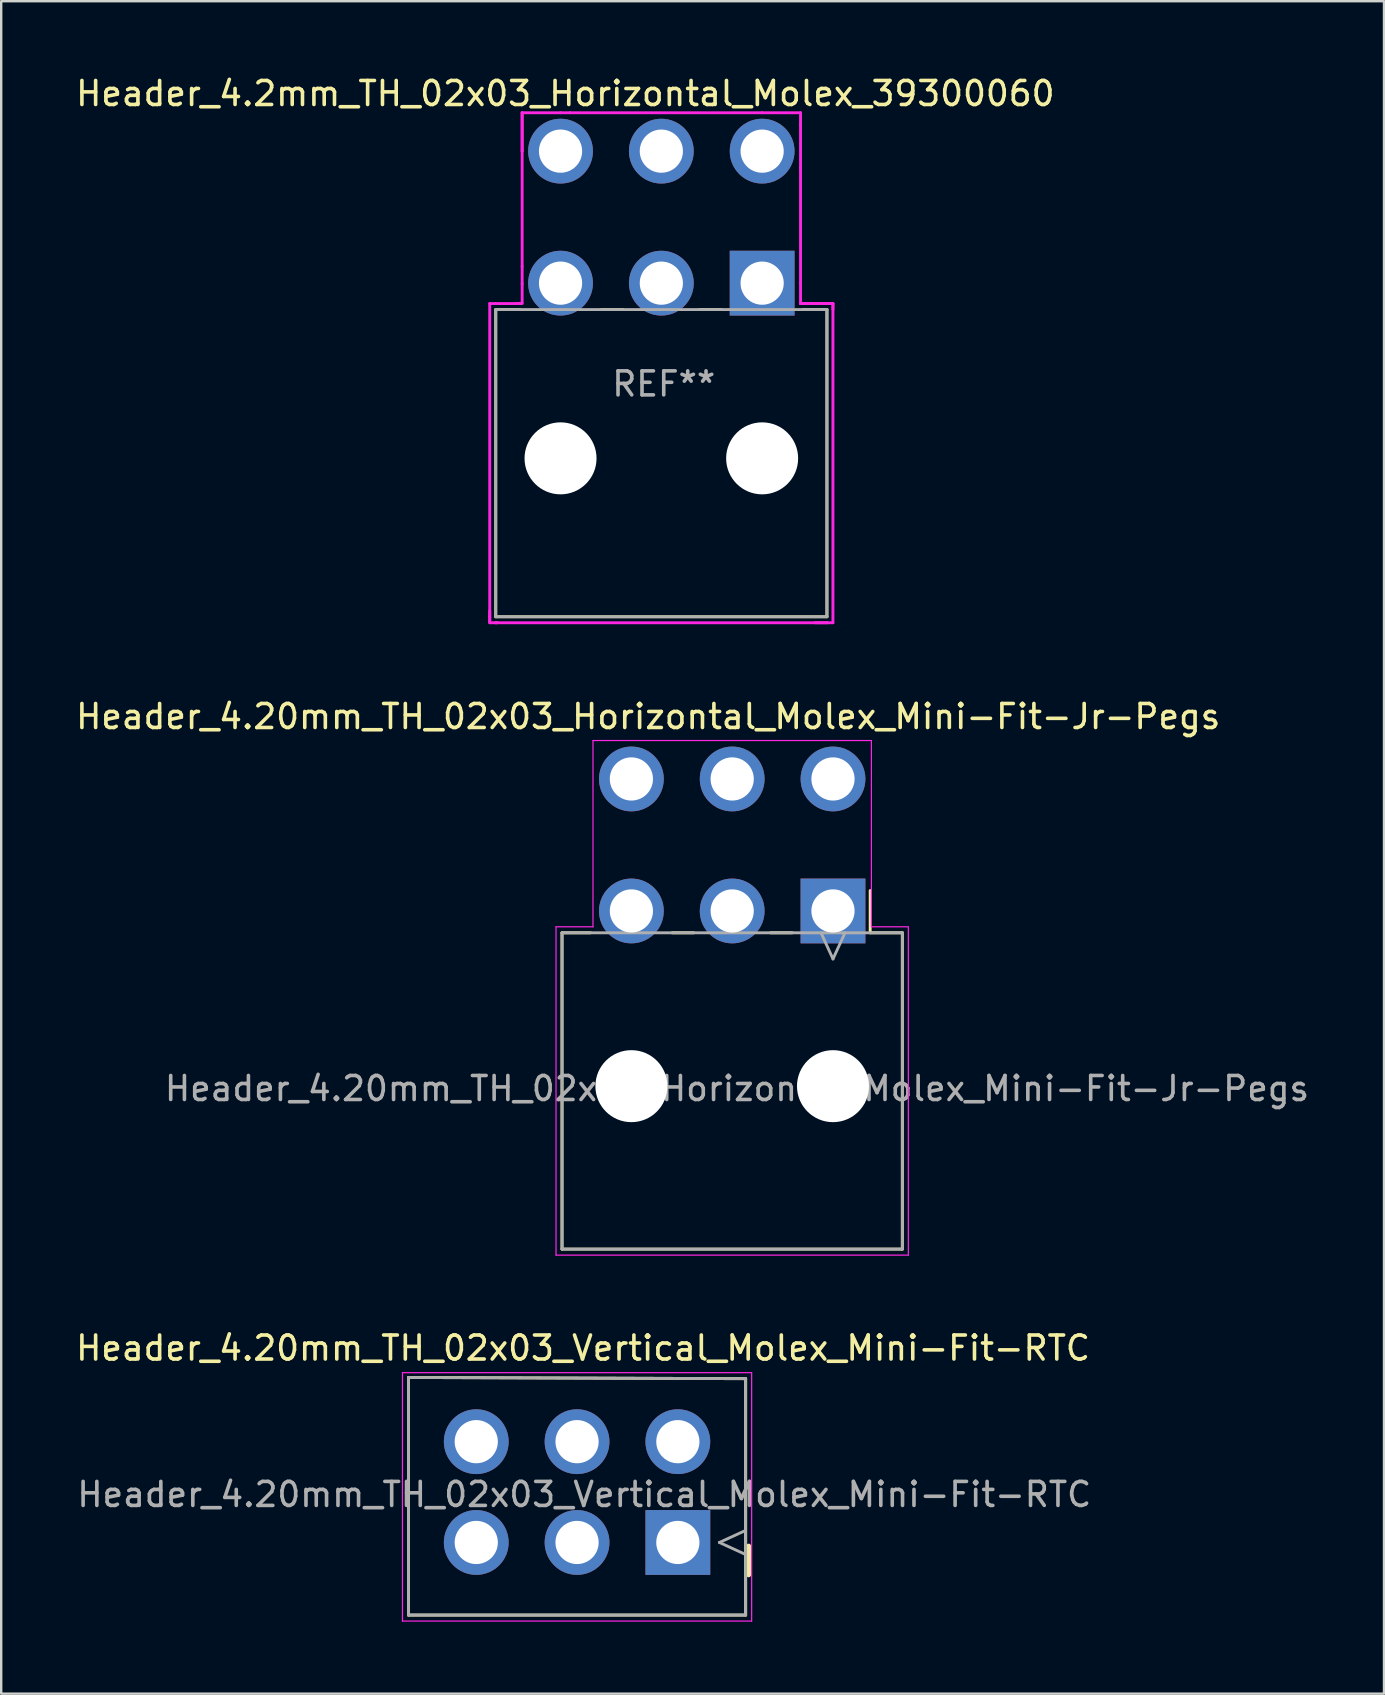
<source format=kicad_pcb>
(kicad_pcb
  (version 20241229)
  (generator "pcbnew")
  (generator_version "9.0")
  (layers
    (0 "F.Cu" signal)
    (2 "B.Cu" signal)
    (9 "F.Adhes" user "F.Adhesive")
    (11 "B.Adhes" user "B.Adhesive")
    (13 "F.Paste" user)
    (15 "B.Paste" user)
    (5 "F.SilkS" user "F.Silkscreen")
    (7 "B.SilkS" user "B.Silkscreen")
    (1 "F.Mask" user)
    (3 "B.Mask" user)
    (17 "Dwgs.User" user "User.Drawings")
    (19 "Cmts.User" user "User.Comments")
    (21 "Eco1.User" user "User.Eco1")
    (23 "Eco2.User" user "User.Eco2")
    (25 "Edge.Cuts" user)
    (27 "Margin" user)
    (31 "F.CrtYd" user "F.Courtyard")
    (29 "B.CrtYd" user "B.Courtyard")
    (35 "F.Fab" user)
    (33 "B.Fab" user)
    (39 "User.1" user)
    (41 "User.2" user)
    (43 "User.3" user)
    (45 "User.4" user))
  (footprint "Header_4.20mm_TH_02x03_Vertical_Molex_Mini-Fit-RTC"
    (layer "F.Cu")
    (at 25.194 61.22)
    (property "Reference" "Header_4.20mm_TH_02x03_Vertical_Molex_Mini-Fit-RTC" (at -3.95 -8.1 0) (layer "F.SilkS") (effects (font (size 1 1) (thickness 0.15))))
    (attr through_hole)
    (fp_line (start -11.225 -6.875) (end -11.225 3.025) (stroke (width 0.12) (type solid)) (layer "F.SilkS"))
    (fp_line (start -11.225 3.025) (end 2.825 3.025) (stroke (width 0.12) (type solid)) (layer "F.SilkS"))
    (fp_line (start 2.825 -6.825) (end -11.225 -6.875) (stroke (width 0.12) (type solid)) (layer "F.SilkS"))
    (fp_line (start 2.825 3.025) (end 2.825 -6.825) (stroke (width 0.12) (type solid)) (layer "F.SilkS"))
    (fp_line (start 2.95 0.15) (end 2.95 1.35) (stroke (width 0.2) (type solid)) (layer "F.SilkS"))
    (fp_line (start -11.475 -7.075) (end -11.475 3.275) (stroke (width 0.05) (type solid)) (layer "F.CrtYd"))
    (fp_line (start -11.475 3.275) (end 3.075 3.275) (stroke (width 0.05) (type solid)) (layer "F.CrtYd"))
    (fp_line (start 3.075 -7.075) (end -11.475 -7.075) (stroke (width 0.05) (type solid)) (layer "F.CrtYd"))
    (fp_line (start 3.075 3.275) (end 3.075 -7.075) (stroke (width 0.05) (type solid)) (layer "F.CrtYd"))
    (fp_line (start -11.225 -6.875) (end -11.225 3.025) (stroke (width 0.12) (type solid)) (layer "F.Fab"))
    (fp_line (start -11.225 3.025) (end 2.825 3.025) (stroke (width 0.12) (type solid)) (layer "F.Fab"))
    (fp_line (start 1.73 0) (end 2.82 0.5) (stroke (width 0.12) (type solid)) (layer "F.Fab"))
    (fp_line (start 2.82 -0.5) (end 1.73 0) (stroke (width 0.12) (type solid)) (layer "F.Fab"))
    (fp_line (start 2.825 -6.825) (end -11.225 -6.875) (stroke (width 0.12) (type solid)) (layer "F.Fab"))
    (fp_line (start 2.825 3.025) (end 2.825 -6.825) (stroke (width 0.12) (type solid)) (layer "F.Fab"))
    (fp_text user "${REFERENCE}" (at -3.9 -2 0) (layer "F.Fab") (effects (font (size 1 1) (thickness 0.15))))
    (pad "1" thru_hole rect (at 0 0) (size 2.7 2.7) (drill 1.8) (layers "*.Cu" "*.Mask"))
    (pad "2" thru_hole circle (at -4.2 0) (size 2.7 2.7) (drill 1.8) (layers "*.Cu" "*.Mask"))
    (pad "3" thru_hole circle (at -8.4 0) (size 2.7 2.7) (drill 1.8) (layers "*.Cu" "*.Mask"))
    (pad "4" thru_hole circle (at 0 -4.2) (size 2.7 2.7) (drill 1.8) (layers "*.Cu" "*.Mask"))
    (pad "5" thru_hole circle (at -4.2 -4.2) (size 2.7 2.7) (drill 1.8) (layers "*.Cu" "*.Mask"))
    (pad "6" thru_hole circle (at -8.4 -4.2) (size 2.7 2.7) (drill 1.8) (layers "*.Cu" "*.Mask")))
  (footprint "Header_4.20mm_TH_02x03_Horizontal_Molex_Mini-Fit-Jr-Pegs"
    (layer "F.Cu")
    (at 31.658 34.907)
    (property "Reference" "Header_4.20mm_TH_02x03_Horizontal_Molex_Mini-Fit-Jr-Pegs" (at -7.7 -8.1 0) (layer "F.SilkS") (effects (font (size 1 1) (thickness 0.15))))
    (attr through_hole)
    (fp_line (start -11.29 14.09) (end -11.29 0.91) (stroke (width 0.12) (type solid)) (layer "F.SilkS"))
    (fp_line (start -10.1 0.91) (end -11.29 0.91) (stroke (width 0.12) (type solid)) (layer "F.SilkS"))
    (fp_line (start -5.8 0.91) (end -6.7 0.91) (stroke (width 0.12) (type solid)) (layer "F.SilkS"))
    (fp_line (start -1.7 0.91) (end -2.6 0.91) (stroke (width 0.12) (type solid)) (layer "F.SilkS"))
    (fp_line (start 1.55 0.91) (end 1.55 -0.85) (stroke (width 0.12) (type solid)) (layer "F.SilkS"))
    (fp_line (start 2.89 0.91) (end 1.55 0.91) (stroke (width 0.12) (type solid)) (layer "F.SilkS"))
    (fp_line (start 2.89 0.91) (end 2.89 14.09) (stroke (width 0.12) (type solid)) (layer "F.SilkS"))
    (fp_line (start 2.89 14.09) (end -11.29 14.09) (stroke (width 0.12) (type solid)) (layer "F.SilkS"))
    (fp_line (start -11.54 0.66) (end -11.54 14.34) (stroke (width 0.05) (type solid)) (layer "F.CrtYd"))
    (fp_line (start -11.54 0.66) (end -10 0.66) (stroke (width 0.05) (type solid)) (layer "F.CrtYd"))
    (fp_line (start -10 -7.1) (end -10 0.66) (stroke (width 0.05) (type solid)) (layer "F.CrtYd"))
    (fp_line (start 1.6 -7.1) (end -10 -7.1) (stroke (width 0.05) (type solid)) (layer "F.CrtYd"))
    (fp_line (start 1.6 0.66) (end 1.6 -7.1) (stroke (width 0.05) (type solid)) (layer "F.CrtYd"))
    (fp_line (start 3.14 0.66) (end 1.6 0.66) (stroke (width 0.05) (type solid)) (layer "F.CrtYd"))
    (fp_line (start 3.14 14.34) (end -11.54 14.34) (stroke (width 0.05) (type solid)) (layer "F.CrtYd"))
    (fp_line (start 3.14 14.34) (end 3.14 0.66) (stroke (width 0.05) (type solid)) (layer "F.CrtYd"))
    (fp_line (start -11.29 0.91) (end 2.89 0.91) (stroke (width 0.12) (type solid)) (layer "F.Fab"))
    (fp_line (start -11.29 14.09) (end -11.29 0.91) (stroke (width 0.12) (type solid)) (layer "F.Fab"))
    (fp_line (start -0.5 0.91) (end 0 2) (stroke (width 0.12) (type solid)) (layer "F.Fab"))
    (fp_line (start 0 2) (end 0.5 0.91) (stroke (width 0.12) (type solid)) (layer "F.Fab"))
    (fp_line (start 2.89 0.91) (end 2.89 14.09) (stroke (width 0.12) (type solid)) (layer "F.Fab"))
    (fp_line (start 2.89 14.09) (end -11.29 14.09) (stroke (width 0.12) (type solid)) (layer "F.Fab"))
    (fp_text user "${REFERENCE}" (at -4 7.4 0) (layer "F.Fab") (effects (font (size 1 1) (thickness 0.15))))
    (pad "" np_thru_hole circle (at -8.4 7.3) (size 3 3) (drill 3) (layers "*.Cu" "*.Mask"))
    (pad "" np_thru_hole circle (at 0 7.3) (size 3 3) (drill 3) (layers "*.Cu" "*.Mask"))
    (pad "1" thru_hole rect (at 0 0) (size 2.7 2.7) (drill 1.8) (layers "*.Cu" "*.Mask"))
    (pad "2" thru_hole circle (at -4.2 0) (size 2.7 2.7) (drill 1.8) (layers "*.Cu" "*.Mask"))
    (pad "3" thru_hole circle (at -8.4 0) (size 2.7 2.7) (drill 1.8) (layers "*.Cu" "*.Mask"))
    (pad "4" thru_hole circle (at 0 -5.5) (size 2.7 2.7) (drill 1.8) (layers "*.Cu" "*.Mask"))
    (pad "5" thru_hole circle (at -4.2 -5.5) (size 2.7 2.7) (drill 1.8) (layers "*.Cu" "*.Mask"))
    (pad "6" thru_hole circle (at -8.4 -5.5) (size 2.7 2.7) (drill 1.8) (layers "*.Cu" "*.Mask")))
  (footprint "Header_4.2mm_TH_02x03_Horizontal_Molex_39300060"
    (layer "F.Cu")
    (at 28.706 8.748)
    (property "Reference" "Header_4.2mm_TH_02x03_Horizontal_Molex_39300060" (at -8.2 -7.9 0) (layer "F.SilkS") (effects (font (size 1 1) (thickness 0.15))))
    (attr through_hole)
    (fp_line (start -11.1 13.9) (end -11.1 1.1) (stroke (width 0.12) (type solid)) (layer "F.SilkS"))
    (fp_line (start -10.1 1.1) (end -11.1 1.1) (stroke (width 0.12) (type solid)) (layer "F.SilkS"))
    (fp_line (start -5.8 1.1) (end -6.7 1.1) (stroke (width 0.12) (type solid)) (layer "F.SilkS"))
    (fp_line (start -1.7 1.1) (end -2.6 1.1) (stroke (width 0.12) (type solid)) (layer "F.SilkS"))
    (fp_line (start 2.7 1.1) (end 1.7 1.1) (stroke (width 0.12) (type solid)) (layer "F.SilkS"))
    (fp_line (start 2.7 1.1) (end 2.7 13.9) (stroke (width 0.12) (type solid)) (layer "F.SilkS"))
    (fp_line (start 2.7 13.9) (end -11.1 13.9) (stroke (width 0.12) (type solid)) (layer "F.SilkS"))
    (fp_line (start -11.35 0.85) (end -11.35 14.1) (stroke (width 0.12) (type solid)) (layer "F.CrtYd"))
    (fp_line (start -11.35 13.65) (end -11.35 13.9) (stroke (width 0.12) (type solid)) (layer "F.CrtYd"))
    (fp_line (start -11.35 13.9) (end -11.35 14.15) (stroke (width 0.12) (type solid)) (layer "F.CrtYd"))
    (fp_line (start -11.1 0.85) (end -11.35 0.85) (stroke (width 0.12) (type solid)) (layer "F.CrtYd"))
    (fp_line (start -11.1 0.85) (end -10.1 0.85) (stroke (width 0.12) (type solid)) (layer "F.CrtYd"))
    (fp_line (start -11.1 14.15) (end -11.35 14.15) (stroke (width 0.12) (type solid)) (layer "F.CrtYd"))
    (fp_line (start -11.1 14.15) (end -11.05 14.15) (stroke (width 0.12) (type solid)) (layer "F.CrtYd"))
    (fp_line (start -11.05 14.15) (end -11.1 14.15) (stroke (width 0.12) (type solid)) (layer "F.CrtYd"))
    (fp_line (start -10.25 0.85) (end -10 0.85) (stroke (width 0.12) (type solid)) (layer "F.CrtYd"))
    (fp_line (start -10 -7.1) (end -10 -5.5) (stroke (width 0.12) (type solid)) (layer "F.CrtYd"))
    (fp_line (start -10 -5.5) (end -10 -7.1) (stroke (width 0.12) (type solid)) (layer "F.CrtYd"))
    (fp_line (start -10 -5.5) (end -10 -0.7) (stroke (width 0.12) (type solid)) (layer "F.CrtYd"))
    (fp_line (start -10 0.025) (end -10 -0.7) (stroke (width 0.12) (type solid)) (layer "F.CrtYd"))
    (fp_line (start -10 0.025) (end -10 0.825) (stroke (width 0.12) (type solid)) (layer "F.CrtYd"))
    (fp_line (start -8.4 -7.1) (end -10 -7.1) (stroke (width 0.12) (type solid)) (layer "F.CrtYd"))
    (fp_line (start -8 -7.1) (end -8.4 -7.1) (stroke (width 0.12) (type solid)) (layer "F.CrtYd"))
    (fp_line (start 0 -7.1) (end -8 -7.1) (stroke (width 0.12) (type solid)) (layer "F.CrtYd"))
    (fp_line (start 0 -7.1) (end 1.6 -7.1) (stroke (width 0.12) (type solid)) (layer "F.CrtYd"))
    (fp_line (start 1.6 -7.1) (end 1.6 -6.6) (stroke (width 0.12) (type solid)) (layer "F.CrtYd"))
    (fp_line (start 1.6 -4.8) (end 1.6 -6.6) (stroke (width 0.12) (type solid)) (layer "F.CrtYd"))
    (fp_line (start 1.6 0) (end 1.6 -4.8) (stroke (width 0.12) (type solid)) (layer "F.CrtYd"))
    (fp_line (start 1.6 0.85) (end 1.6 0) (stroke (width 0.12) (type solid)) (layer "F.CrtYd"))
    (fp_line (start 1.6 0.85) (end 1.7 0.85) (stroke (width 0.12) (type solid)) (layer "F.CrtYd"))
    (fp_line (start 2.2 0.85) (end 1.6 0.85) (stroke (width 0.12) (type solid)) (layer "F.CrtYd"))
    (fp_line (start 2.7 14.15) (end -11.05 14.15) (stroke (width 0.12) (type solid)) (layer "F.CrtYd"))
    (fp_line (start 2.7 14.15) (end 2.2 14.15) (stroke (width 0.12) (type solid)) (layer "F.CrtYd"))
    (fp_line (start 2.95 0.85) (end 1.6 0.85) (stroke (width 0.12) (type solid)) (layer "F.CrtYd"))
    (fp_line (start 2.95 0.85) (end 2.2 0.85) (stroke (width 0.12) (type solid)) (layer "F.CrtYd"))
    (fp_line (start 2.95 1.1) (end 2.95 0.85) (stroke (width 0.12) (type solid)) (layer "F.CrtYd"))
    (fp_line (start 2.95 14.15) (end 2.7 14.15) (stroke (width 0.12) (type solid)) (layer "F.CrtYd"))
    (fp_line (start 2.95 14.15) (end 2.95 0.9) (stroke (width 0.12) (type solid)) (layer "F.CrtYd"))
    (fp_line (start -11.1 1.1) (end 2.7 1.1) (stroke (width 0.12) (type solid)) (layer "F.Fab"))
    (fp_line (start -11.1 13.9) (end -11.1 1.1) (stroke (width 0.12) (type solid)) (layer "F.Fab"))
    (fp_line (start 2.7 1.1) (end 2.7 13.9) (stroke (width 0.12) (type solid)) (layer "F.Fab"))
    (fp_line (start 2.7 13.9) (end -11.1 13.9) (stroke (width 0.12) (type solid)) (layer "F.Fab"))
    (fp_text user "REF**" (at -4.1 4.2 0) (layer "F.Fab") (effects (font (size 1 1) (thickness 0.15))))
    (pad "" np_thru_hole circle (at -8.4 7.3) (size 3 3) (drill 3) (layers "*.Cu" "*.Mask"))
    (pad "" np_thru_hole circle (at 0 7.3) (size 3 3) (drill 3) (layers "*.Cu" "*.Mask"))
    (pad "1" thru_hole rect (at 0 0) (size 2.7 2.7) (drill 1.8) (layers "*.Cu" "*.Mask"))
    (pad "2" thru_hole circle (at -4.2 0) (size 2.7 2.7) (drill 1.8) (layers "*.Cu" "*.Mask"))
    (pad "3" thru_hole circle (at -8.4 0) (size 2.7 2.7) (drill 1.8) (layers "*.Cu" "*.Mask"))
    (pad "4" thru_hole circle (at 0 -5.5) (size 2.7 2.7) (drill 1.8) (layers "*.Cu" "*.Mask"))
    (pad "5" thru_hole circle (at -4.2 -5.5) (size 2.7 2.7) (drill 1.8) (layers "*.Cu" "*.Mask"))
    (pad "6" thru_hole circle (at -8.4 -5.5) (size 2.7 2.7) (drill 1.8) (layers "*.Cu" "*.Mask")))
  (gr_rect
    (start -3 -3)
    (end 54.617 67.52)
    (stroke (width 0.1) (type default))
    (fill no)
    (layer "Edge.Cuts")))
</source>
